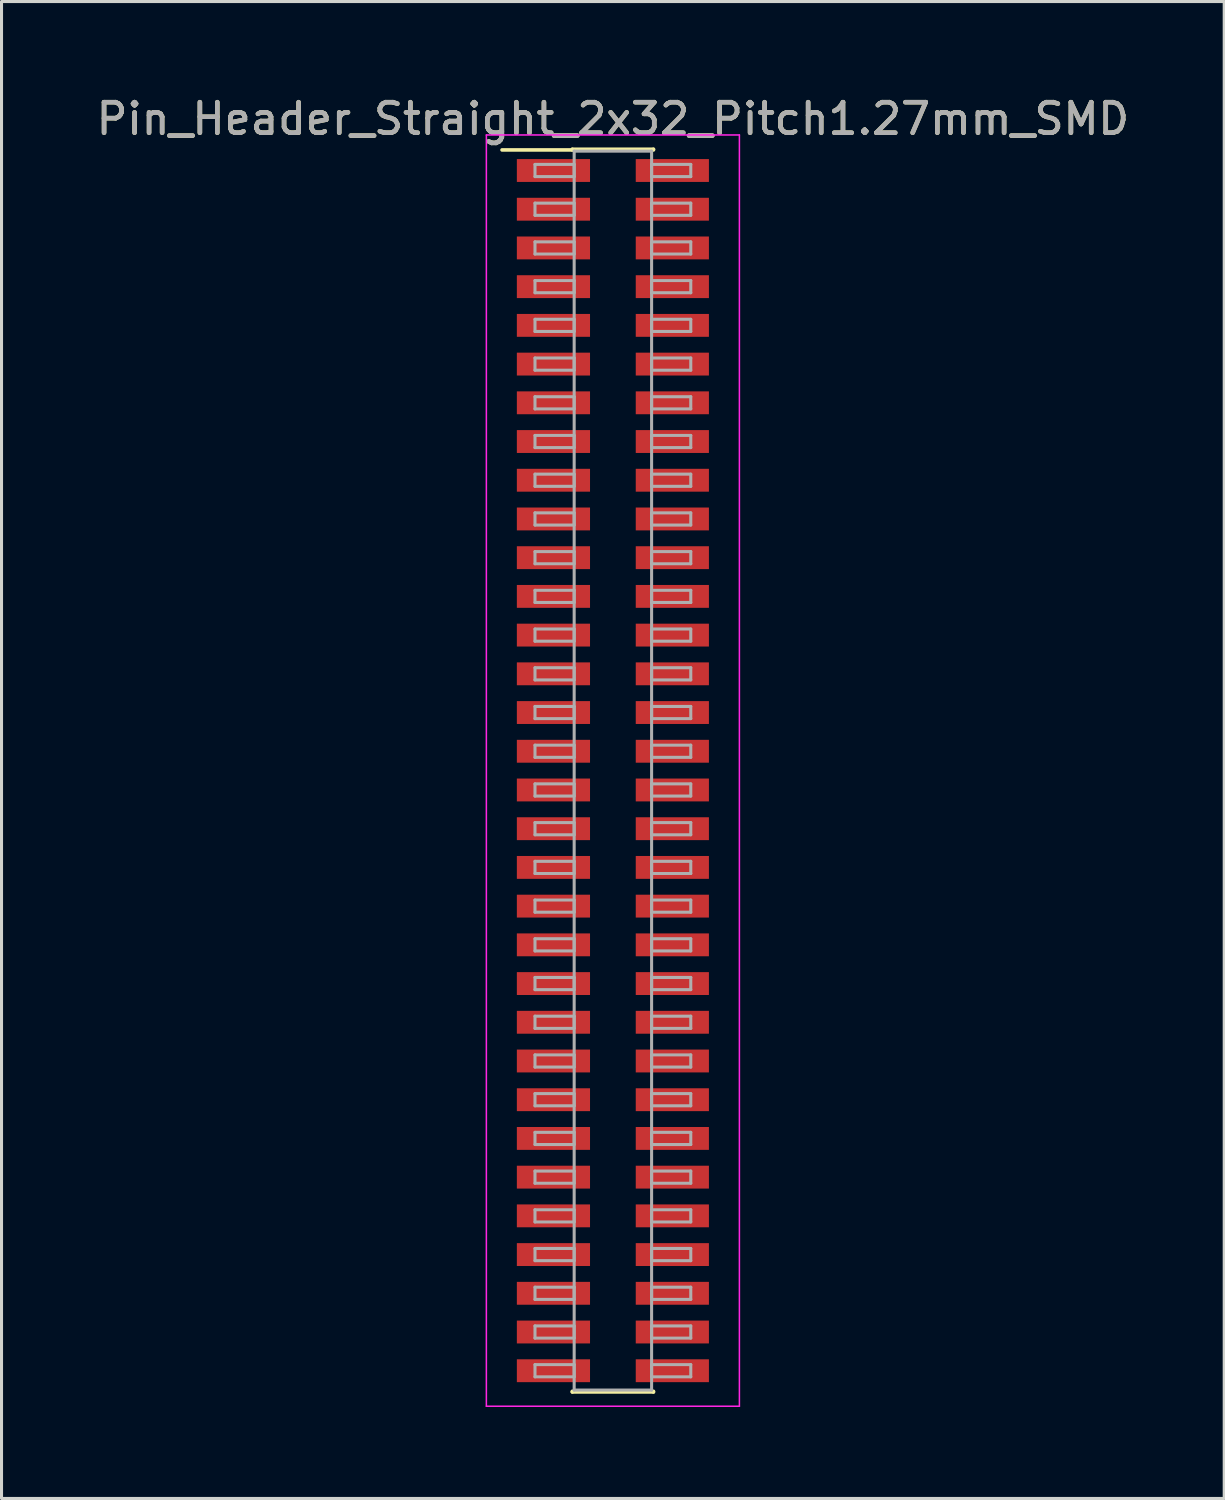
<source format=kicad_pcb>
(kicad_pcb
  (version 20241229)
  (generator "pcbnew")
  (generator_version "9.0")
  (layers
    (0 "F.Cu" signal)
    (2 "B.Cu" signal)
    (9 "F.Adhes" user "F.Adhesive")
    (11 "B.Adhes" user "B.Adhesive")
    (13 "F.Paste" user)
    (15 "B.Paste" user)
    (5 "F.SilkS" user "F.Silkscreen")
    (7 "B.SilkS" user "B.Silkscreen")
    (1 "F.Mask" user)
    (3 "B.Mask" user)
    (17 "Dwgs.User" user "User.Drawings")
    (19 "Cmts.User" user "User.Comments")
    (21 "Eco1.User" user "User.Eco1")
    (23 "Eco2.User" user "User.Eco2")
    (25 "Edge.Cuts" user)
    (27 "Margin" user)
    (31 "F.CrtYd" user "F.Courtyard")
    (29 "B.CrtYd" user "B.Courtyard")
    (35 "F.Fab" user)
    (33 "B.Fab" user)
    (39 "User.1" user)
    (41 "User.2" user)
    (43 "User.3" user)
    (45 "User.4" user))
  (footprint "Pin_Header_Straight_2x32_Pitch1.27mm_SMD"
    (layer "F.Cu")
    (at 17.054 22.228)
    (property "Reference" "Pin_Header_Straight_2x32_Pitch1.27mm_SMD" (at 0 -21.38 0) (layer "F.SilkS") (effects (font (size 1 1) (thickness 0.15))))
    (attr smd)
    (fp_line (start -3.635 -20.36) (end -1.33 -20.36) (stroke (width 0.12) (type solid)) (layer "F.SilkS"))
    (fp_line (start -1.33 -20.38) (end 1.33 -20.38) (stroke (width 0.12) (type solid)) (layer "F.SilkS"))
    (fp_line (start -1.33 -20.36) (end -1.33 -20.38) (stroke (width 0.12) (type solid)) (layer "F.SilkS"))
    (fp_line (start -1.33 20.36) (end -1.33 20.38) (stroke (width 0.12) (type solid)) (layer "F.SilkS"))
    (fp_line (start -1.33 20.38) (end 1.33 20.38) (stroke (width 0.12) (type solid)) (layer "F.SilkS"))
    (fp_line (start 1.33 -20.38) (end 1.33 -20.36) (stroke (width 0.12) (type solid)) (layer "F.SilkS"))
    (fp_line (start 1.33 20.38) (end 1.33 20.36) (stroke (width 0.12) (type solid)) (layer "F.SilkS"))
    (fp_line (start -4.15 -20.85) (end -4.15 20.85) (stroke (width 0.05) (type solid)) (layer "F.CrtYd"))
    (fp_line (start -4.15 20.85) (end 4.15 20.85) (stroke (width 0.05) (type solid)) (layer "F.CrtYd"))
    (fp_line (start 4.15 -20.85) (end -4.15 -20.85) (stroke (width 0.05) (type solid)) (layer "F.CrtYd"))
    (fp_line (start 4.15 20.85) (end 4.15 -20.85) (stroke (width 0.05) (type solid)) (layer "F.CrtYd"))
    (fp_line (start -2.555 -19.885) (end -1.27 -19.885) (stroke (width 0.1) (type solid)) (layer "F.Fab"))
    (fp_line (start -2.555 -19.485) (end -2.555 -19.885) (stroke (width 0.1) (type solid)) (layer "F.Fab"))
    (fp_line (start -2.555 -18.615) (end -1.27 -18.615) (stroke (width 0.1) (type solid)) (layer "F.Fab"))
    (fp_line (start -2.555 -18.215) (end -2.555 -18.615) (stroke (width 0.1) (type solid)) (layer "F.Fab"))
    (fp_line (start -2.555 -17.345) (end -1.27 -17.345) (stroke (width 0.1) (type solid)) (layer "F.Fab"))
    (fp_line (start -2.555 -16.945) (end -2.555 -17.345) (stroke (width 0.1) (type solid)) (layer "F.Fab"))
    (fp_line (start -2.555 -16.075) (end -1.27 -16.075) (stroke (width 0.1) (type solid)) (layer "F.Fab"))
    (fp_line (start -2.555 -15.675) (end -2.555 -16.075) (stroke (width 0.1) (type solid)) (layer "F.Fab"))
    (fp_line (start -2.555 -14.805) (end -1.27 -14.805) (stroke (width 0.1) (type solid)) (layer "F.Fab"))
    (fp_line (start -2.555 -14.405) (end -2.555 -14.805) (stroke (width 0.1) (type solid)) (layer "F.Fab"))
    (fp_line (start -2.555 -13.535) (end -1.27 -13.535) (stroke (width 0.1) (type solid)) (layer "F.Fab"))
    (fp_line (start -2.555 -13.135) (end -2.555 -13.535) (stroke (width 0.1) (type solid)) (layer "F.Fab"))
    (fp_line (start -2.555 -12.265) (end -1.27 -12.265) (stroke (width 0.1) (type solid)) (layer "F.Fab"))
    (fp_line (start -2.555 -11.865) (end -2.555 -12.265) (stroke (width 0.1) (type solid)) (layer "F.Fab"))
    (fp_line (start -2.555 -10.995) (end -1.27 -10.995) (stroke (width 0.1) (type solid)) (layer "F.Fab"))
    (fp_line (start -2.555 -10.595) (end -2.555 -10.995) (stroke (width 0.1) (type solid)) (layer "F.Fab"))
    (fp_line (start -2.555 -9.725) (end -1.27 -9.725) (stroke (width 0.1) (type solid)) (layer "F.Fab"))
    (fp_line (start -2.555 -9.325) (end -2.555 -9.725) (stroke (width 0.1) (type solid)) (layer "F.Fab"))
    (fp_line (start -2.555 -8.455) (end -1.27 -8.455) (stroke (width 0.1) (type solid)) (layer "F.Fab"))
    (fp_line (start -2.555 -8.055) (end -2.555 -8.455) (stroke (width 0.1) (type solid)) (layer "F.Fab"))
    (fp_line (start -2.555 -7.185) (end -1.27 -7.185) (stroke (width 0.1) (type solid)) (layer "F.Fab"))
    (fp_line (start -2.555 -6.785) (end -2.555 -7.185) (stroke (width 0.1) (type solid)) (layer "F.Fab"))
    (fp_line (start -2.555 -5.915) (end -1.27 -5.915) (stroke (width 0.1) (type solid)) (layer "F.Fab"))
    (fp_line (start -2.555 -5.515) (end -2.555 -5.915) (stroke (width 0.1) (type solid)) (layer "F.Fab"))
    (fp_line (start -2.555 -4.645) (end -1.27 -4.645) (stroke (width 0.1) (type solid)) (layer "F.Fab"))
    (fp_line (start -2.555 -4.245) (end -2.555 -4.645) (stroke (width 0.1) (type solid)) (layer "F.Fab"))
    (fp_line (start -2.555 -3.375) (end -1.27 -3.375) (stroke (width 0.1) (type solid)) (layer "F.Fab"))
    (fp_line (start -2.555 -2.975) (end -2.555 -3.375) (stroke (width 0.1) (type solid)) (layer "F.Fab"))
    (fp_line (start -2.555 -2.105) (end -1.27 -2.105) (stroke (width 0.1) (type solid)) (layer "F.Fab"))
    (fp_line (start -2.555 -1.705) (end -2.555 -2.105) (stroke (width 0.1) (type solid)) (layer "F.Fab"))
    (fp_line (start -2.555 -0.835) (end -1.27 -0.835) (stroke (width 0.1) (type solid)) (layer "F.Fab"))
    (fp_line (start -2.555 -0.435) (end -2.555 -0.835) (stroke (width 0.1) (type solid)) (layer "F.Fab"))
    (fp_line (start -2.555 0.435) (end -1.27 0.435) (stroke (width 0.1) (type solid)) (layer "F.Fab"))
    (fp_line (start -2.555 0.835) (end -2.555 0.435) (stroke (width 0.1) (type solid)) (layer "F.Fab"))
    (fp_line (start -2.555 1.705) (end -1.27 1.705) (stroke (width 0.1) (type solid)) (layer "F.Fab"))
    (fp_line (start -2.555 2.105) (end -2.555 1.705) (stroke (width 0.1) (type solid)) (layer "F.Fab"))
    (fp_line (start -2.555 2.975) (end -1.27 2.975) (stroke (width 0.1) (type solid)) (layer "F.Fab"))
    (fp_line (start -2.555 3.375) (end -2.555 2.975) (stroke (width 0.1) (type solid)) (layer "F.Fab"))
    (fp_line (start -2.555 4.245) (end -1.27 4.245) (stroke (width 0.1) (type solid)) (layer "F.Fab"))
    (fp_line (start -2.555 4.645) (end -2.555 4.245) (stroke (width 0.1) (type solid)) (layer "F.Fab"))
    (fp_line (start -2.555 5.515) (end -1.27 5.515) (stroke (width 0.1) (type solid)) (layer "F.Fab"))
    (fp_line (start -2.555 5.915) (end -2.555 5.515) (stroke (width 0.1) (type solid)) (layer "F.Fab"))
    (fp_line (start -2.555 6.785) (end -1.27 6.785) (stroke (width 0.1) (type solid)) (layer "F.Fab"))
    (fp_line (start -2.555 7.185) (end -2.555 6.785) (stroke (width 0.1) (type solid)) (layer "F.Fab"))
    (fp_line (start -2.555 8.055) (end -1.27 8.055) (stroke (width 0.1) (type solid)) (layer "F.Fab"))
    (fp_line (start -2.555 8.455) (end -2.555 8.055) (stroke (width 0.1) (type solid)) (layer "F.Fab"))
    (fp_line (start -2.555 9.325) (end -1.27 9.325) (stroke (width 0.1) (type solid)) (layer "F.Fab"))
    (fp_line (start -2.555 9.725) (end -2.555 9.325) (stroke (width 0.1) (type solid)) (layer "F.Fab"))
    (fp_line (start -2.555 10.595) (end -1.27 10.595) (stroke (width 0.1) (type solid)) (layer "F.Fab"))
    (fp_line (start -2.555 10.995) (end -2.555 10.595) (stroke (width 0.1) (type solid)) (layer "F.Fab"))
    (fp_line (start -2.555 11.865) (end -1.27 11.865) (stroke (width 0.1) (type solid)) (layer "F.Fab"))
    (fp_line (start -2.555 12.265) (end -2.555 11.865) (stroke (width 0.1) (type solid)) (layer "F.Fab"))
    (fp_line (start -2.555 13.135) (end -1.27 13.135) (stroke (width 0.1) (type solid)) (layer "F.Fab"))
    (fp_line (start -2.555 13.535) (end -2.555 13.135) (stroke (width 0.1) (type solid)) (layer "F.Fab"))
    (fp_line (start -2.555 14.405) (end -1.27 14.405) (stroke (width 0.1) (type solid)) (layer "F.Fab"))
    (fp_line (start -2.555 14.805) (end -2.555 14.405) (stroke (width 0.1) (type solid)) (layer "F.Fab"))
    (fp_line (start -2.555 15.675) (end -1.27 15.675) (stroke (width 0.1) (type solid)) (layer "F.Fab"))
    (fp_line (start -2.555 16.075) (end -2.555 15.675) (stroke (width 0.1) (type solid)) (layer "F.Fab"))
    (fp_line (start -2.555 16.945) (end -1.27 16.945) (stroke (width 0.1) (type solid)) (layer "F.Fab"))
    (fp_line (start -2.555 17.345) (end -2.555 16.945) (stroke (width 0.1) (type solid)) (layer "F.Fab"))
    (fp_line (start -2.555 18.215) (end -1.27 18.215) (stroke (width 0.1) (type solid)) (layer "F.Fab"))
    (fp_line (start -2.555 18.615) (end -2.555 18.215) (stroke (width 0.1) (type solid)) (layer "F.Fab"))
    (fp_line (start -2.555 19.485) (end -1.27 19.485) (stroke (width 0.1) (type solid)) (layer "F.Fab"))
    (fp_line (start -2.555 19.885) (end -2.555 19.485) (stroke (width 0.1) (type solid)) (layer "F.Fab"))
    (fp_line (start -1.27 -20.32) (end -1.27 20.32) (stroke (width 0.1) (type solid)) (layer "F.Fab"))
    (fp_line (start -1.27 -19.885) (end -1.27 -19.485) (stroke (width 0.1) (type solid)) (layer "F.Fab"))
    (fp_line (start -1.27 -19.485) (end -2.555 -19.485) (stroke (width 0.1) (type solid)) (layer "F.Fab"))
    (fp_line (start -1.27 -18.615) (end -1.27 -18.215) (stroke (width 0.1) (type solid)) (layer "F.Fab"))
    (fp_line (start -1.27 -18.215) (end -2.555 -18.215) (stroke (width 0.1) (type solid)) (layer "F.Fab"))
    (fp_line (start -1.27 -17.345) (end -1.27 -16.945) (stroke (width 0.1) (type solid)) (layer "F.Fab"))
    (fp_line (start -1.27 -16.945) (end -2.555 -16.945) (stroke (width 0.1) (type solid)) (layer "F.Fab"))
    (fp_line (start -1.27 -16.075) (end -1.27 -15.675) (stroke (width 0.1) (type solid)) (layer "F.Fab"))
    (fp_line (start -1.27 -15.675) (end -2.555 -15.675) (stroke (width 0.1) (type solid)) (layer "F.Fab"))
    (fp_line (start -1.27 -14.805) (end -1.27 -14.405) (stroke (width 0.1) (type solid)) (layer "F.Fab"))
    (fp_line (start -1.27 -14.405) (end -2.555 -14.405) (stroke (width 0.1) (type solid)) (layer "F.Fab"))
    (fp_line (start -1.27 -13.535) (end -1.27 -13.135) (stroke (width 0.1) (type solid)) (layer "F.Fab"))
    (fp_line (start -1.27 -13.135) (end -2.555 -13.135) (stroke (width 0.1) (type solid)) (layer "F.Fab"))
    (fp_line (start -1.27 -12.265) (end -1.27 -11.865) (stroke (width 0.1) (type solid)) (layer "F.Fab"))
    (fp_line (start -1.27 -11.865) (end -2.555 -11.865) (stroke (width 0.1) (type solid)) (layer "F.Fab"))
    (fp_line (start -1.27 -10.995) (end -1.27 -10.595) (stroke (width 0.1) (type solid)) (layer "F.Fab"))
    (fp_line (start -1.27 -10.595) (end -2.555 -10.595) (stroke (width 0.1) (type solid)) (layer "F.Fab"))
    (fp_line (start -1.27 -9.725) (end -1.27 -9.325) (stroke (width 0.1) (type solid)) (layer "F.Fab"))
    (fp_line (start -1.27 -9.325) (end -2.555 -9.325) (stroke (width 0.1) (type solid)) (layer "F.Fab"))
    (fp_line (start -1.27 -8.455) (end -1.27 -8.055) (stroke (width 0.1) (type solid)) (layer "F.Fab"))
    (fp_line (start -1.27 -8.055) (end -2.555 -8.055) (stroke (width 0.1) (type solid)) (layer "F.Fab"))
    (fp_line (start -1.27 -7.185) (end -1.27 -6.785) (stroke (width 0.1) (type solid)) (layer "F.Fab"))
    (fp_line (start -1.27 -6.785) (end -2.555 -6.785) (stroke (width 0.1) (type solid)) (layer "F.Fab"))
    (fp_line (start -1.27 -5.915) (end -1.27 -5.515) (stroke (width 0.1) (type solid)) (layer "F.Fab"))
    (fp_line (start -1.27 -5.515) (end -2.555 -5.515) (stroke (width 0.1) (type solid)) (layer "F.Fab"))
    (fp_line (start -1.27 -4.645) (end -1.27 -4.245) (stroke (width 0.1) (type solid)) (layer "F.Fab"))
    (fp_line (start -1.27 -4.245) (end -2.555 -4.245) (stroke (width 0.1) (type solid)) (layer "F.Fab"))
    (fp_line (start -1.27 -3.375) (end -1.27 -2.975) (stroke (width 0.1) (type solid)) (layer "F.Fab"))
    (fp_line (start -1.27 -2.975) (end -2.555 -2.975) (stroke (width 0.1) (type solid)) (layer "F.Fab"))
    (fp_line (start -1.27 -2.105) (end -1.27 -1.705) (stroke (width 0.1) (type solid)) (layer "F.Fab"))
    (fp_line (start -1.27 -1.705) (end -2.555 -1.705) (stroke (width 0.1) (type solid)) (layer "F.Fab"))
    (fp_line (start -1.27 -0.835) (end -1.27 -0.435) (stroke (width 0.1) (type solid)) (layer "F.Fab"))
    (fp_line (start -1.27 -0.435) (end -2.555 -0.435) (stroke (width 0.1) (type solid)) (layer "F.Fab"))
    (fp_line (start -1.27 0.435) (end -1.27 0.835) (stroke (width 0.1) (type solid)) (layer "F.Fab"))
    (fp_line (start -1.27 0.835) (end -2.555 0.835) (stroke (width 0.1) (type solid)) (layer "F.Fab"))
    (fp_line (start -1.27 1.705) (end -1.27 2.105) (stroke (width 0.1) (type solid)) (layer "F.Fab"))
    (fp_line (start -1.27 2.105) (end -2.555 2.105) (stroke (width 0.1) (type solid)) (layer "F.Fab"))
    (fp_line (start -1.27 2.975) (end -1.27 3.375) (stroke (width 0.1) (type solid)) (layer "F.Fab"))
    (fp_line (start -1.27 3.375) (end -2.555 3.375) (stroke (width 0.1) (type solid)) (layer "F.Fab"))
    (fp_line (start -1.27 4.245) (end -1.27 4.645) (stroke (width 0.1) (type solid)) (layer "F.Fab"))
    (fp_line (start -1.27 4.645) (end -2.555 4.645) (stroke (width 0.1) (type solid)) (layer "F.Fab"))
    (fp_line (start -1.27 5.515) (end -1.27 5.915) (stroke (width 0.1) (type solid)) (layer "F.Fab"))
    (fp_line (start -1.27 5.915) (end -2.555 5.915) (stroke (width 0.1) (type solid)) (layer "F.Fab"))
    (fp_line (start -1.27 6.785) (end -1.27 7.185) (stroke (width 0.1) (type solid)) (layer "F.Fab"))
    (fp_line (start -1.27 7.185) (end -2.555 7.185) (stroke (width 0.1) (type solid)) (layer "F.Fab"))
    (fp_line (start -1.27 8.055) (end -1.27 8.455) (stroke (width 0.1) (type solid)) (layer "F.Fab"))
    (fp_line (start -1.27 8.455) (end -2.555 8.455) (stroke (width 0.1) (type solid)) (layer "F.Fab"))
    (fp_line (start -1.27 9.325) (end -1.27 9.725) (stroke (width 0.1) (type solid)) (layer "F.Fab"))
    (fp_line (start -1.27 9.725) (end -2.555 9.725) (stroke (width 0.1) (type solid)) (layer "F.Fab"))
    (fp_line (start -1.27 10.595) (end -1.27 10.995) (stroke (width 0.1) (type solid)) (layer "F.Fab"))
    (fp_line (start -1.27 10.995) (end -2.555 10.995) (stroke (width 0.1) (type solid)) (layer "F.Fab"))
    (fp_line (start -1.27 11.865) (end -1.27 12.265) (stroke (width 0.1) (type solid)) (layer "F.Fab"))
    (fp_line (start -1.27 12.265) (end -2.555 12.265) (stroke (width 0.1) (type solid)) (layer "F.Fab"))
    (fp_line (start -1.27 13.135) (end -1.27 13.535) (stroke (width 0.1) (type solid)) (layer "F.Fab"))
    (fp_line (start -1.27 13.535) (end -2.555 13.535) (stroke (width 0.1) (type solid)) (layer "F.Fab"))
    (fp_line (start -1.27 14.405) (end -1.27 14.805) (stroke (width 0.1) (type solid)) (layer "F.Fab"))
    (fp_line (start -1.27 14.805) (end -2.555 14.805) (stroke (width 0.1) (type solid)) (layer "F.Fab"))
    (fp_line (start -1.27 15.675) (end -1.27 16.075) (stroke (width 0.1) (type solid)) (layer "F.Fab"))
    (fp_line (start -1.27 16.075) (end -2.555 16.075) (stroke (width 0.1) (type solid)) (layer "F.Fab"))
    (fp_line (start -1.27 16.945) (end -1.27 17.345) (stroke (width 0.1) (type solid)) (layer "F.Fab"))
    (fp_line (start -1.27 17.345) (end -2.555 17.345) (stroke (width 0.1) (type solid)) (layer "F.Fab"))
    (fp_line (start -1.27 18.215) (end -1.27 18.615) (stroke (width 0.1) (type solid)) (layer "F.Fab"))
    (fp_line (start -1.27 18.615) (end -2.555 18.615) (stroke (width 0.1) (type solid)) (layer "F.Fab"))
    (fp_line (start -1.27 19.485) (end -1.27 19.885) (stroke (width 0.1) (type solid)) (layer "F.Fab"))
    (fp_line (start -1.27 19.885) (end -2.555 19.885) (stroke (width 0.1) (type solid)) (layer "F.Fab"))
    (fp_line (start -1.27 20.32) (end 1.27 20.32) (stroke (width 0.1) (type solid)) (layer "F.Fab"))
    (fp_line (start 1.27 -20.32) (end -1.27 -20.32) (stroke (width 0.1) (type solid)) (layer "F.Fab"))
    (fp_line (start 1.27 -19.885) (end 1.27 -19.485) (stroke (width 0.1) (type solid)) (layer "F.Fab"))
    (fp_line (start 1.27 -19.485) (end 2.555 -19.485) (stroke (width 0.1) (type solid)) (layer "F.Fab"))
    (fp_line (start 1.27 -18.615) (end 1.27 -18.215) (stroke (width 0.1) (type solid)) (layer "F.Fab"))
    (fp_line (start 1.27 -18.215) (end 2.555 -18.215) (stroke (width 0.1) (type solid)) (layer "F.Fab"))
    (fp_line (start 1.27 -17.345) (end 1.27 -16.945) (stroke (width 0.1) (type solid)) (layer "F.Fab"))
    (fp_line (start 1.27 -16.945) (end 2.555 -16.945) (stroke (width 0.1) (type solid)) (layer "F.Fab"))
    (fp_line (start 1.27 -16.075) (end 1.27 -15.675) (stroke (width 0.1) (type solid)) (layer "F.Fab"))
    (fp_line (start 1.27 -15.675) (end 2.555 -15.675) (stroke (width 0.1) (type solid)) (layer "F.Fab"))
    (fp_line (start 1.27 -14.805) (end 1.27 -14.405) (stroke (width 0.1) (type solid)) (layer "F.Fab"))
    (fp_line (start 1.27 -14.405) (end 2.555 -14.405) (stroke (width 0.1) (type solid)) (layer "F.Fab"))
    (fp_line (start 1.27 -13.535) (end 1.27 -13.135) (stroke (width 0.1) (type solid)) (layer "F.Fab"))
    (fp_line (start 1.27 -13.135) (end 2.555 -13.135) (stroke (width 0.1) (type solid)) (layer "F.Fab"))
    (fp_line (start 1.27 -12.265) (end 1.27 -11.865) (stroke (width 0.1) (type solid)) (layer "F.Fab"))
    (fp_line (start 1.27 -11.865) (end 2.555 -11.865) (stroke (width 0.1) (type solid)) (layer "F.Fab"))
    (fp_line (start 1.27 -10.995) (end 1.27 -10.595) (stroke (width 0.1) (type solid)) (layer "F.Fab"))
    (fp_line (start 1.27 -10.595) (end 2.555 -10.595) (stroke (width 0.1) (type solid)) (layer "F.Fab"))
    (fp_line (start 1.27 -9.725) (end 1.27 -9.325) (stroke (width 0.1) (type solid)) (layer "F.Fab"))
    (fp_line (start 1.27 -9.325) (end 2.555 -9.325) (stroke (width 0.1) (type solid)) (layer "F.Fab"))
    (fp_line (start 1.27 -8.455) (end 1.27 -8.055) (stroke (width 0.1) (type solid)) (layer "F.Fab"))
    (fp_line (start 1.27 -8.055) (end 2.555 -8.055) (stroke (width 0.1) (type solid)) (layer "F.Fab"))
    (fp_line (start 1.27 -7.185) (end 1.27 -6.785) (stroke (width 0.1) (type solid)) (layer "F.Fab"))
    (fp_line (start 1.27 -6.785) (end 2.555 -6.785) (stroke (width 0.1) (type solid)) (layer "F.Fab"))
    (fp_line (start 1.27 -5.915) (end 1.27 -5.515) (stroke (width 0.1) (type solid)) (layer "F.Fab"))
    (fp_line (start 1.27 -5.515) (end 2.555 -5.515) (stroke (width 0.1) (type solid)) (layer "F.Fab"))
    (fp_line (start 1.27 -4.645) (end 1.27 -4.245) (stroke (width 0.1) (type solid)) (layer "F.Fab"))
    (fp_line (start 1.27 -4.245) (end 2.555 -4.245) (stroke (width 0.1) (type solid)) (layer "F.Fab"))
    (fp_line (start 1.27 -3.375) (end 1.27 -2.975) (stroke (width 0.1) (type solid)) (layer "F.Fab"))
    (fp_line (start 1.27 -2.975) (end 2.555 -2.975) (stroke (width 0.1) (type solid)) (layer "F.Fab"))
    (fp_line (start 1.27 -2.105) (end 1.27 -1.705) (stroke (width 0.1) (type solid)) (layer "F.Fab"))
    (fp_line (start 1.27 -1.705) (end 2.555 -1.705) (stroke (width 0.1) (type solid)) (layer "F.Fab"))
    (fp_line (start 1.27 -0.835) (end 1.27 -0.435) (stroke (width 0.1) (type solid)) (layer "F.Fab"))
    (fp_line (start 1.27 -0.435) (end 2.555 -0.435) (stroke (width 0.1) (type solid)) (layer "F.Fab"))
    (fp_line (start 1.27 0.435) (end 1.27 0.835) (stroke (width 0.1) (type solid)) (layer "F.Fab"))
    (fp_line (start 1.27 0.835) (end 2.555 0.835) (stroke (width 0.1) (type solid)) (layer "F.Fab"))
    (fp_line (start 1.27 1.705) (end 1.27 2.105) (stroke (width 0.1) (type solid)) (layer "F.Fab"))
    (fp_line (start 1.27 2.105) (end 2.555 2.105) (stroke (width 0.1) (type solid)) (layer "F.Fab"))
    (fp_line (start 1.27 2.975) (end 1.27 3.375) (stroke (width 0.1) (type solid)) (layer "F.Fab"))
    (fp_line (start 1.27 3.375) (end 2.555 3.375) (stroke (width 0.1) (type solid)) (layer "F.Fab"))
    (fp_line (start 1.27 4.245) (end 1.27 4.645) (stroke (width 0.1) (type solid)) (layer "F.Fab"))
    (fp_line (start 1.27 4.645) (end 2.555 4.645) (stroke (width 0.1) (type solid)) (layer "F.Fab"))
    (fp_line (start 1.27 5.515) (end 1.27 5.915) (stroke (width 0.1) (type solid)) (layer "F.Fab"))
    (fp_line (start 1.27 5.915) (end 2.555 5.915) (stroke (width 0.1) (type solid)) (layer "F.Fab"))
    (fp_line (start 1.27 6.785) (end 1.27 7.185) (stroke (width 0.1) (type solid)) (layer "F.Fab"))
    (fp_line (start 1.27 7.185) (end 2.555 7.185) (stroke (width 0.1) (type solid)) (layer "F.Fab"))
    (fp_line (start 1.27 8.055) (end 1.27 8.455) (stroke (width 0.1) (type solid)) (layer "F.Fab"))
    (fp_line (start 1.27 8.455) (end 2.555 8.455) (stroke (width 0.1) (type solid)) (layer "F.Fab"))
    (fp_line (start 1.27 9.325) (end 1.27 9.725) (stroke (width 0.1) (type solid)) (layer "F.Fab"))
    (fp_line (start 1.27 9.725) (end 2.555 9.725) (stroke (width 0.1) (type solid)) (layer "F.Fab"))
    (fp_line (start 1.27 10.595) (end 1.27 10.995) (stroke (width 0.1) (type solid)) (layer "F.Fab"))
    (fp_line (start 1.27 10.995) (end 2.555 10.995) (stroke (width 0.1) (type solid)) (layer "F.Fab"))
    (fp_line (start 1.27 11.865) (end 1.27 12.265) (stroke (width 0.1) (type solid)) (layer "F.Fab"))
    (fp_line (start 1.27 12.265) (end 2.555 12.265) (stroke (width 0.1) (type solid)) (layer "F.Fab"))
    (fp_line (start 1.27 13.135) (end 1.27 13.535) (stroke (width 0.1) (type solid)) (layer "F.Fab"))
    (fp_line (start 1.27 13.535) (end 2.555 13.535) (stroke (width 0.1) (type solid)) (layer "F.Fab"))
    (fp_line (start 1.27 14.405) (end 1.27 14.805) (stroke (width 0.1) (type solid)) (layer "F.Fab"))
    (fp_line (start 1.27 14.805) (end 2.555 14.805) (stroke (width 0.1) (type solid)) (layer "F.Fab"))
    (fp_line (start 1.27 15.675) (end 1.27 16.075) (stroke (width 0.1) (type solid)) (layer "F.Fab"))
    (fp_line (start 1.27 16.075) (end 2.555 16.075) (stroke (width 0.1) (type solid)) (layer "F.Fab"))
    (fp_line (start 1.27 16.945) (end 1.27 17.345) (stroke (width 0.1) (type solid)) (layer "F.Fab"))
    (fp_line (start 1.27 17.345) (end 2.555 17.345) (stroke (width 0.1) (type solid)) (layer "F.Fab"))
    (fp_line (start 1.27 18.215) (end 1.27 18.615) (stroke (width 0.1) (type solid)) (layer "F.Fab"))
    (fp_line (start 1.27 18.615) (end 2.555 18.615) (stroke (width 0.1) (type solid)) (layer "F.Fab"))
    (fp_line (start 1.27 19.485) (end 1.27 19.885) (stroke (width 0.1) (type solid)) (layer "F.Fab"))
    (fp_line (start 1.27 19.885) (end 2.555 19.885) (stroke (width 0.1) (type solid)) (layer "F.Fab"))
    (fp_line (start 1.27 20.32) (end 1.27 -20.32) (stroke (width 0.1) (type solid)) (layer "F.Fab"))
    (fp_line (start 2.555 -19.885) (end 1.27 -19.885) (stroke (width 0.1) (type solid)) (layer "F.Fab"))
    (fp_line (start 2.555 -19.485) (end 2.555 -19.885) (stroke (width 0.1) (type solid)) (layer "F.Fab"))
    (fp_line (start 2.555 -18.615) (end 1.27 -18.615) (stroke (width 0.1) (type solid)) (layer "F.Fab"))
    (fp_line (start 2.555 -18.215) (end 2.555 -18.615) (stroke (width 0.1) (type solid)) (layer "F.Fab"))
    (fp_line (start 2.555 -17.345) (end 1.27 -17.345) (stroke (width 0.1) (type solid)) (layer "F.Fab"))
    (fp_line (start 2.555 -16.945) (end 2.555 -17.345) (stroke (width 0.1) (type solid)) (layer "F.Fab"))
    (fp_line (start 2.555 -16.075) (end 1.27 -16.075) (stroke (width 0.1) (type solid)) (layer "F.Fab"))
    (fp_line (start 2.555 -15.675) (end 2.555 -16.075) (stroke (width 0.1) (type solid)) (layer "F.Fab"))
    (fp_line (start 2.555 -14.805) (end 1.27 -14.805) (stroke (width 0.1) (type solid)) (layer "F.Fab"))
    (fp_line (start 2.555 -14.405) (end 2.555 -14.805) (stroke (width 0.1) (type solid)) (layer "F.Fab"))
    (fp_line (start 2.555 -13.535) (end 1.27 -13.535) (stroke (width 0.1) (type solid)) (layer "F.Fab"))
    (fp_line (start 2.555 -13.135) (end 2.555 -13.535) (stroke (width 0.1) (type solid)) (layer "F.Fab"))
    (fp_line (start 2.555 -12.265) (end 1.27 -12.265) (stroke (width 0.1) (type solid)) (layer "F.Fab"))
    (fp_line (start 2.555 -11.865) (end 2.555 -12.265) (stroke (width 0.1) (type solid)) (layer "F.Fab"))
    (fp_line (start 2.555 -10.995) (end 1.27 -10.995) (stroke (width 0.1) (type solid)) (layer "F.Fab"))
    (fp_line (start 2.555 -10.595) (end 2.555 -10.995) (stroke (width 0.1) (type solid)) (layer "F.Fab"))
    (fp_line (start 2.555 -9.725) (end 1.27 -9.725) (stroke (width 0.1) (type solid)) (layer "F.Fab"))
    (fp_line (start 2.555 -9.325) (end 2.555 -9.725) (stroke (width 0.1) (type solid)) (layer "F.Fab"))
    (fp_line (start 2.555 -8.455) (end 1.27 -8.455) (stroke (width 0.1) (type solid)) (layer "F.Fab"))
    (fp_line (start 2.555 -8.055) (end 2.555 -8.455) (stroke (width 0.1) (type solid)) (layer "F.Fab"))
    (fp_line (start 2.555 -7.185) (end 1.27 -7.185) (stroke (width 0.1) (type solid)) (layer "F.Fab"))
    (fp_line (start 2.555 -6.785) (end 2.555 -7.185) (stroke (width 0.1) (type solid)) (layer "F.Fab"))
    (fp_line (start 2.555 -5.915) (end 1.27 -5.915) (stroke (width 0.1) (type solid)) (layer "F.Fab"))
    (fp_line (start 2.555 -5.515) (end 2.555 -5.915) (stroke (width 0.1) (type solid)) (layer "F.Fab"))
    (fp_line (start 2.555 -4.645) (end 1.27 -4.645) (stroke (width 0.1) (type solid)) (layer "F.Fab"))
    (fp_line (start 2.555 -4.245) (end 2.555 -4.645) (stroke (width 0.1) (type solid)) (layer "F.Fab"))
    (fp_line (start 2.555 -3.375) (end 1.27 -3.375) (stroke (width 0.1) (type solid)) (layer "F.Fab"))
    (fp_line (start 2.555 -2.975) (end 2.555 -3.375) (stroke (width 0.1) (type solid)) (layer "F.Fab"))
    (fp_line (start 2.555 -2.105) (end 1.27 -2.105) (stroke (width 0.1) (type solid)) (layer "F.Fab"))
    (fp_line (start 2.555 -1.705) (end 2.555 -2.105) (stroke (width 0.1) (type solid)) (layer "F.Fab"))
    (fp_line (start 2.555 -0.835) (end 1.27 -0.835) (stroke (width 0.1) (type solid)) (layer "F.Fab"))
    (fp_line (start 2.555 -0.435) (end 2.555 -0.835) (stroke (width 0.1) (type solid)) (layer "F.Fab"))
    (fp_line (start 2.555 0.435) (end 1.27 0.435) (stroke (width 0.1) (type solid)) (layer "F.Fab"))
    (fp_line (start 2.555 0.835) (end 2.555 0.435) (stroke (width 0.1) (type solid)) (layer "F.Fab"))
    (fp_line (start 2.555 1.705) (end 1.27 1.705) (stroke (width 0.1) (type solid)) (layer "F.Fab"))
    (fp_line (start 2.555 2.105) (end 2.555 1.705) (stroke (width 0.1) (type solid)) (layer "F.Fab"))
    (fp_line (start 2.555 2.975) (end 1.27 2.975) (stroke (width 0.1) (type solid)) (layer "F.Fab"))
    (fp_line (start 2.555 3.375) (end 2.555 2.975) (stroke (width 0.1) (type solid)) (layer "F.Fab"))
    (fp_line (start 2.555 4.245) (end 1.27 4.245) (stroke (width 0.1) (type solid)) (layer "F.Fab"))
    (fp_line (start 2.555 4.645) (end 2.555 4.245) (stroke (width 0.1) (type solid)) (layer "F.Fab"))
    (fp_line (start 2.555 5.515) (end 1.27 5.515) (stroke (width 0.1) (type solid)) (layer "F.Fab"))
    (fp_line (start 2.555 5.915) (end 2.555 5.515) (stroke (width 0.1) (type solid)) (layer "F.Fab"))
    (fp_line (start 2.555 6.785) (end 1.27 6.785) (stroke (width 0.1) (type solid)) (layer "F.Fab"))
    (fp_line (start 2.555 7.185) (end 2.555 6.785) (stroke (width 0.1) (type solid)) (layer "F.Fab"))
    (fp_line (start 2.555 8.055) (end 1.27 8.055) (stroke (width 0.1) (type solid)) (layer "F.Fab"))
    (fp_line (start 2.555 8.455) (end 2.555 8.055) (stroke (width 0.1) (type solid)) (layer "F.Fab"))
    (fp_line (start 2.555 9.325) (end 1.27 9.325) (stroke (width 0.1) (type solid)) (layer "F.Fab"))
    (fp_line (start 2.555 9.725) (end 2.555 9.325) (stroke (width 0.1) (type solid)) (layer "F.Fab"))
    (fp_line (start 2.555 10.595) (end 1.27 10.595) (stroke (width 0.1) (type solid)) (layer "F.Fab"))
    (fp_line (start 2.555 10.995) (end 2.555 10.595) (stroke (width 0.1) (type solid)) (layer "F.Fab"))
    (fp_line (start 2.555 11.865) (end 1.27 11.865) (stroke (width 0.1) (type solid)) (layer "F.Fab"))
    (fp_line (start 2.555 12.265) (end 2.555 11.865) (stroke (width 0.1) (type solid)) (layer "F.Fab"))
    (fp_line (start 2.555 13.135) (end 1.27 13.135) (stroke (width 0.1) (type solid)) (layer "F.Fab"))
    (fp_line (start 2.555 13.535) (end 2.555 13.135) (stroke (width 0.1) (type solid)) (layer "F.Fab"))
    (fp_line (start 2.555 14.405) (end 1.27 14.405) (stroke (width 0.1) (type solid)) (layer "F.Fab"))
    (fp_line (start 2.555 14.805) (end 2.555 14.405) (stroke (width 0.1) (type solid)) (layer "F.Fab"))
    (fp_line (start 2.555 15.675) (end 1.27 15.675) (stroke (width 0.1) (type solid)) (layer "F.Fab"))
    (fp_line (start 2.555 16.075) (end 2.555 15.675) (stroke (width 0.1) (type solid)) (layer "F.Fab"))
    (fp_line (start 2.555 16.945) (end 1.27 16.945) (stroke (width 0.1) (type solid)) (layer "F.Fab"))
    (fp_line (start 2.555 17.345) (end 2.555 16.945) (stroke (width 0.1) (type solid)) (layer "F.Fab"))
    (fp_line (start 2.555 18.215) (end 1.27 18.215) (stroke (width 0.1) (type solid)) (layer "F.Fab"))
    (fp_line (start 2.555 18.615) (end 2.555 18.215) (stroke (width 0.1) (type solid)) (layer "F.Fab"))
    (fp_line (start 2.555 19.485) (end 1.27 19.485) (stroke (width 0.1) (type solid)) (layer "F.Fab"))
    (fp_line (start 2.555 19.885) (end 2.555 19.485) (stroke (width 0.1) (type solid)) (layer "F.Fab"))
    (fp_text user "${REFERENCE}" (at 0 -21.38 0) (layer "F.Fab") (effects (font (size 1 1) (thickness 0.15))))
    (pad "1" smd rect (at -1.95 -19.685) (size 2.4 0.75) (layers "F.Cu" "F.Mask" "F.Paste"))
    (pad "2" smd rect (at 1.95 -19.685) (size 2.4 0.75) (layers "F.Cu" "F.Mask" "F.Paste"))
    (pad "3" smd rect (at -1.95 -18.415) (size 2.4 0.75) (layers "F.Cu" "F.Mask" "F.Paste"))
    (pad "4" smd rect (at 1.95 -18.415) (size 2.4 0.75) (layers "F.Cu" "F.Mask" "F.Paste"))
    (pad "5" smd rect (at -1.95 -17.145) (size 2.4 0.75) (layers "F.Cu" "F.Mask" "F.Paste"))
    (pad "6" smd rect (at 1.95 -17.145) (size 2.4 0.75) (layers "F.Cu" "F.Mask" "F.Paste"))
    (pad "7" smd rect (at -1.95 -15.875) (size 2.4 0.75) (layers "F.Cu" "F.Mask" "F.Paste"))
    (pad "8" smd rect (at 1.95 -15.875) (size 2.4 0.75) (layers "F.Cu" "F.Mask" "F.Paste"))
    (pad "9" smd rect (at -1.95 -14.605) (size 2.4 0.75) (layers "F.Cu" "F.Mask" "F.Paste"))
    (pad "10" smd rect (at 1.95 -14.605) (size 2.4 0.75) (layers "F.Cu" "F.Mask" "F.Paste"))
    (pad "11" smd rect (at -1.95 -13.335) (size 2.4 0.75) (layers "F.Cu" "F.Mask" "F.Paste"))
    (pad "12" smd rect (at 1.95 -13.335) (size 2.4 0.75) (layers "F.Cu" "F.Mask" "F.Paste"))
    (pad "13" smd rect (at -1.95 -12.065) (size 2.4 0.75) (layers "F.Cu" "F.Mask" "F.Paste"))
    (pad "14" smd rect (at 1.95 -12.065) (size 2.4 0.75) (layers "F.Cu" "F.Mask" "F.Paste"))
    (pad "15" smd rect (at -1.95 -10.795) (size 2.4 0.75) (layers "F.Cu" "F.Mask" "F.Paste"))
    (pad "16" smd rect (at 1.95 -10.795) (size 2.4 0.75) (layers "F.Cu" "F.Mask" "F.Paste"))
    (pad "17" smd rect (at -1.95 -9.525) (size 2.4 0.75) (layers "F.Cu" "F.Mask" "F.Paste"))
    (pad "18" smd rect (at 1.95 -9.525) (size 2.4 0.75) (layers "F.Cu" "F.Mask" "F.Paste"))
    (pad "19" smd rect (at -1.95 -8.255) (size 2.4 0.75) (layers "F.Cu" "F.Mask" "F.Paste"))
    (pad "20" smd rect (at 1.95 -8.255) (size 2.4 0.75) (layers "F.Cu" "F.Mask" "F.Paste"))
    (pad "21" smd rect (at -1.95 -6.985) (size 2.4 0.75) (layers "F.Cu" "F.Mask" "F.Paste"))
    (pad "22" smd rect (at 1.95 -6.985) (size 2.4 0.75) (layers "F.Cu" "F.Mask" "F.Paste"))
    (pad "23" smd rect (at -1.95 -5.715) (size 2.4 0.75) (layers "F.Cu" "F.Mask" "F.Paste"))
    (pad "24" smd rect (at 1.95 -5.715) (size 2.4 0.75) (layers "F.Cu" "F.Mask" "F.Paste"))
    (pad "25" smd rect (at -1.95 -4.445) (size 2.4 0.75) (layers "F.Cu" "F.Mask" "F.Paste"))
    (pad "26" smd rect (at 1.95 -4.445) (size 2.4 0.75) (layers "F.Cu" "F.Mask" "F.Paste"))
    (pad "27" smd rect (at -1.95 -3.175) (size 2.4 0.75) (layers "F.Cu" "F.Mask" "F.Paste"))
    (pad "28" smd rect (at 1.95 -3.175) (size 2.4 0.75) (layers "F.Cu" "F.Mask" "F.Paste"))
    (pad "29" smd rect (at -1.95 -1.905) (size 2.4 0.75) (layers "F.Cu" "F.Mask" "F.Paste"))
    (pad "30" smd rect (at 1.95 -1.905) (size 2.4 0.75) (layers "F.Cu" "F.Mask" "F.Paste"))
    (pad "31" smd rect (at -1.95 -0.635) (size 2.4 0.75) (layers "F.Cu" "F.Mask" "F.Paste"))
    (pad "32" smd rect (at 1.95 -0.635) (size 2.4 0.75) (layers "F.Cu" "F.Mask" "F.Paste"))
    (pad "33" smd rect (at -1.95 0.635) (size 2.4 0.75) (layers "F.Cu" "F.Mask" "F.Paste"))
    (pad "34" smd rect (at 1.95 0.635) (size 2.4 0.75) (layers "F.Cu" "F.Mask" "F.Paste"))
    (pad "35" smd rect (at -1.95 1.905) (size 2.4 0.75) (layers "F.Cu" "F.Mask" "F.Paste"))
    (pad "36" smd rect (at 1.95 1.905) (size 2.4 0.75) (layers "F.Cu" "F.Mask" "F.Paste"))
    (pad "37" smd rect (at -1.95 3.175) (size 2.4 0.75) (layers "F.Cu" "F.Mask" "F.Paste"))
    (pad "38" smd rect (at 1.95 3.175) (size 2.4 0.75) (layers "F.Cu" "F.Mask" "F.Paste"))
    (pad "39" smd rect (at -1.95 4.445) (size 2.4 0.75) (layers "F.Cu" "F.Mask" "F.Paste"))
    (pad "40" smd rect (at 1.95 4.445) (size 2.4 0.75) (layers "F.Cu" "F.Mask" "F.Paste"))
    (pad "41" smd rect (at -1.95 5.715) (size 2.4 0.75) (layers "F.Cu" "F.Mask" "F.Paste"))
    (pad "42" smd rect (at 1.95 5.715) (size 2.4 0.75) (layers "F.Cu" "F.Mask" "F.Paste"))
    (pad "43" smd rect (at -1.95 6.985) (size 2.4 0.75) (layers "F.Cu" "F.Mask" "F.Paste"))
    (pad "44" smd rect (at 1.95 6.985) (size 2.4 0.75) (layers "F.Cu" "F.Mask" "F.Paste"))
    (pad "45" smd rect (at -1.95 8.255) (size 2.4 0.75) (layers "F.Cu" "F.Mask" "F.Paste"))
    (pad "46" smd rect (at 1.95 8.255) (size 2.4 0.75) (layers "F.Cu" "F.Mask" "F.Paste"))
    (pad "47" smd rect (at -1.95 9.525) (size 2.4 0.75) (layers "F.Cu" "F.Mask" "F.Paste"))
    (pad "48" smd rect (at 1.95 9.525) (size 2.4 0.75) (layers "F.Cu" "F.Mask" "F.Paste"))
    (pad "49" smd rect (at -1.95 10.795) (size 2.4 0.75) (layers "F.Cu" "F.Mask" "F.Paste"))
    (pad "50" smd rect (at 1.95 10.795) (size 2.4 0.75) (layers "F.Cu" "F.Mask" "F.Paste"))
    (pad "51" smd rect (at -1.95 12.065) (size 2.4 0.75) (layers "F.Cu" "F.Mask" "F.Paste"))
    (pad "52" smd rect (at 1.95 12.065) (size 2.4 0.75) (layers "F.Cu" "F.Mask" "F.Paste"))
    (pad "53" smd rect (at -1.95 13.335) (size 2.4 0.75) (layers "F.Cu" "F.Mask" "F.Paste"))
    (pad "54" smd rect (at 1.95 13.335) (size 2.4 0.75) (layers "F.Cu" "F.Mask" "F.Paste"))
    (pad "55" smd rect (at -1.95 14.605) (size 2.4 0.75) (layers "F.Cu" "F.Mask" "F.Paste"))
    (pad "56" smd rect (at 1.95 14.605) (size 2.4 0.75) (layers "F.Cu" "F.Mask" "F.Paste"))
    (pad "57" smd rect (at -1.95 15.875) (size 2.4 0.75) (layers "F.Cu" "F.Mask" "F.Paste"))
    (pad "58" smd rect (at 1.95 15.875) (size 2.4 0.75) (layers "F.Cu" "F.Mask" "F.Paste"))
    (pad "59" smd rect (at -1.95 17.145) (size 2.4 0.75) (layers "F.Cu" "F.Mask" "F.Paste"))
    (pad "60" smd rect (at 1.95 17.145) (size 2.4 0.75) (layers "F.Cu" "F.Mask" "F.Paste"))
    (pad "61" smd rect (at -1.95 18.415) (size 2.4 0.75) (layers "F.Cu" "F.Mask" "F.Paste"))
    (pad "62" smd rect (at 1.95 18.415) (size 2.4 0.75) (layers "F.Cu" "F.Mask" "F.Paste"))
    (pad "63" smd rect (at -1.95 19.685) (size 2.4 0.75) (layers "F.Cu" "F.Mask" "F.Paste"))
    (pad "64" smd rect (at 1.95 19.685) (size 2.4 0.75) (layers "F.Cu" "F.Mask" "F.Paste")))
  (gr_rect
    (start -3 -3)
    (end 37.107 46.103)
    (stroke (width 0.1) (type default))
    (fill no)
    (layer "Edge.Cuts")))
</source>
